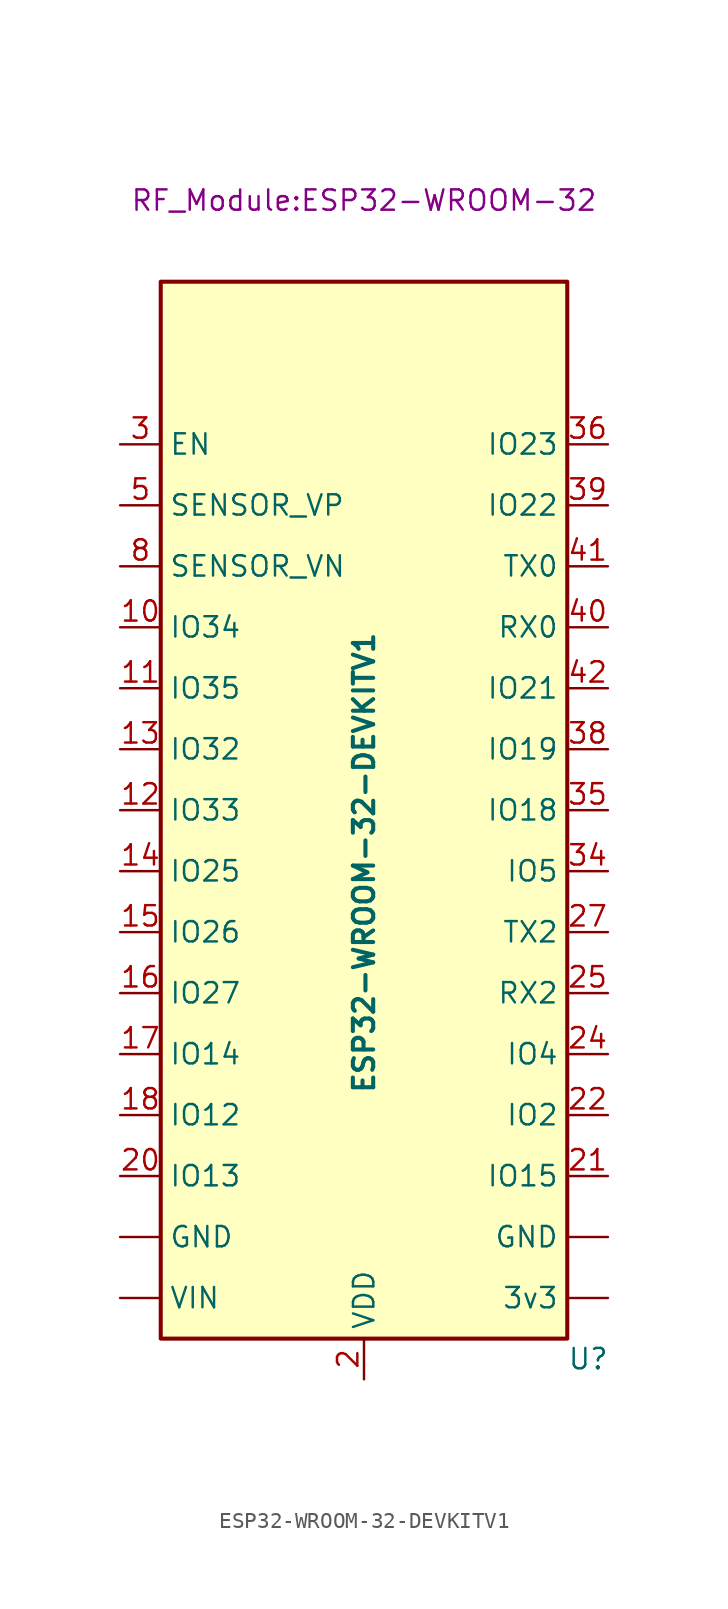
<source format=kicad_sym>
(kicad_symbol_lib
  (version 20211014)
  (generator kicad_symbol_editor)
  (symbol "ESP32-WROOM-32-DEVKITV1"
    (property "Reference" "U"
      (at 13.97 -29.21 0)
      (effects (font (size 1.27 1.27)) (justify left)))
    (property "Value" "ESP32-WROOM-32-DEVKITV1"
      (at 1.27 -12.7 90)
      (effects (font (size 1.27 1.27) bold) (justify left)))
    (property "Footprint" "RF_Module:ESP32-WROOM-32"
      (at 1.27 43.18 0)
      (effects (font (size 1.27 1.27))))
    (symbol "ESP32-WROOM-32-DEVKITV1_0_1"
      (rectangle (start 13.97 -27.94) (end -11.43 38.1) (stroke (width 0.254) (type default) (color 0 0 0 0)) (fill (type background))))
    (symbol "ESP32-WROOM-32-DEVKITV1_1_1"
      (pin power_out line (at 16.51 -25.4 180) (length 2.54) (name "3v3" (effects (font (size 1.27 1.27)))) (number "" (effects (font (size 1.27 1.27)))))
      (pin passive line (at -13.97 -21.59 0) (length 2.54) (name "GND" (effects (font (size 1.27 1.27)))) (number "" (effects (font (size 1.27 1.27)))))
      (pin passive line (at 16.51 -21.59 180) (length 2.54) (name "GND" (effects (font (size 1.27 1.27)))) (number "" (effects (font (size 1.27 1.27)))))
      (pin power_in line (at -13.97 -25.4 0) (length 2.54) (name "VIN" (effects (font (size 1.27 1.27)))) (number "" (effects (font (size 1.27 1.27)))))
      (pin input line (at -13.97 16.51 0) (length 2.54) (name "IO34" (effects (font (size 1.27 1.27)))) (number "10" (effects (font (size 1.27 1.27)))))
      (pin input line (at -13.97 12.7 0) (length 2.54) (name "IO35" (effects (font (size 1.27 1.27)))) (number "11" (effects (font (size 1.27 1.27)))))
      (pin bidirectional line (at -13.97 5.08 0) (length 2.54) (name "IO33" (effects (font (size 1.27 1.27)))) (number "12" (effects (font (size 1.27 1.27)))))
      (pin bidirectional line (at -13.97 8.89 0) (length 2.54) (name "IO32" (effects (font (size 1.27 1.27)))) (number "13" (effects (font (size 1.27 1.27)))))
      (pin bidirectional line (at -13.97 1.27 0) (length 2.54) (name "IO25" (effects (font (size 1.27 1.27)))) (number "14" (effects (font (size 1.27 1.27)))))
      (pin bidirectional line (at -13.97 -2.54 0) (length 2.54) (name "IO26" (effects (font (size 1.27 1.27)))) (number "15" (effects (font (size 1.27 1.27)))))
      (pin bidirectional line (at -13.97 -6.35 0) (length 2.54) (name "IO27" (effects (font (size 1.27 1.27)))) (number "16" (effects (font (size 1.27 1.27)))))
      (pin bidirectional line (at -13.97 -10.16 0) (length 2.54) (name "IO14" (effects (font (size 1.27 1.27)))) (number "17" (effects (font (size 1.27 1.27)))))
      (pin bidirectional line (at -13.97 -13.97 0) (length 2.54) (name "IO12" (effects (font (size 1.27 1.27)))) (number "18" (effects (font (size 1.27 1.27)))))
      (pin power_in line (at 1.27 -30.48 90) (length 2.54) (name "VDD" (effects (font (size 1.27 1.27)))) (number "2" (effects (font (size 1.27 1.27)))))
      (pin bidirectional line (at -13.97 -17.78 0) (length 2.54) (name "IO13" (effects (font (size 1.27 1.27)))) (number "20" (effects (font (size 1.27 1.27)))))
      (pin bidirectional line (at 16.51 -17.78 180) (length 2.54) (name "IO15" (effects (font (size 1.27 1.27)))) (number "21" (effects (font (size 1.27 1.27)))))
      (pin bidirectional line (at 16.51 -13.97 180) (length 2.54) (name "IO2" (effects (font (size 1.27 1.27)))) (number "22" (effects (font (size 1.27 1.27)))))
      (pin bidirectional line (at 16.51 -10.16 180) (length 2.54) (name "IO4" (effects (font (size 1.27 1.27)))) (number "24" (effects (font (size 1.27 1.27)))))
      (pin bidirectional line (at 16.51 -6.35 180) (length 2.54) (name "RX2" (effects (font (size 1.27 1.27)))) (number "25" (effects (font (size 1.27 1.27)))))
      (pin bidirectional line (at 16.51 -2.54 180) (length 2.54) (name "TX2" (effects (font (size 1.27 1.27)))) (number "27" (effects (font (size 1.27 1.27)))))
      (pin input line (at -13.97 27.94 0) (length 2.54) (name "EN" (effects (font (size 1.27 1.27)))) (number "3" (effects (font (size 1.27 1.27)))))
      (pin no_connect line (at 13.97 33.02 180) (length 2.54) hide (name "NC" (effects (font (size 1.27 1.27)))) (number "32" (effects (font (size 1.27 1.27)))))
      (pin bidirectional line (at 16.51 1.27 180) (length 2.54) (name "IO5" (effects (font (size 1.27 1.27)))) (number "34" (effects (font (size 1.27 1.27)))))
      (pin bidirectional line (at 16.51 5.08 180) (length 2.54) (name "IO18" (effects (font (size 1.27 1.27)))) (number "35" (effects (font (size 1.27 1.27)))))
      (pin bidirectional line (at 16.51 27.94 180) (length 2.54) (name "IO23" (effects (font (size 1.27 1.27)))) (number "36" (effects (font (size 1.27 1.27)))))
      (pin passive line (at 1.27 40.64 270) (length 2.54) hide (name "GND" (effects (font (size 1.27 1.27)))) (number "38" (effects (font (size 1.27 1.27)))))
      (pin bidirectional line (at 16.51 8.89 180) (length 2.54) (name "IO19" (effects (font (size 1.27 1.27)))) (number "38" (effects (font (size 1.27 1.27)))))
      (pin passive line (at 1.27 40.64 270) (length 2.54) hide (name "GND" (effects (font (size 1.27 1.27)))) (number "39" (effects (font (size 1.27 1.27)))))
      (pin bidirectional line (at 16.51 24.13 180) (length 2.54) (name "IO22" (effects (font (size 1.27 1.27)))) (number "39" (effects (font (size 1.27 1.27)))))
      (pin bidirectional line (at 16.51 16.51 180) (length 2.54) (name "RX0" (effects (font (size 1.27 1.27)))) (number "40" (effects (font (size 1.27 1.27)))))
      (pin bidirectional line (at 16.51 20.32 180) (length 2.54) (name "TX0" (effects (font (size 1.27 1.27)))) (number "41" (effects (font (size 1.27 1.27)))))
      (pin bidirectional line (at 16.51 12.7 180) (length 2.54) (name "IO21" (effects (font (size 1.27 1.27)))) (number "42" (effects (font (size 1.27 1.27)))))
      (pin input line (at -13.97 24.13 0) (length 2.54) (name "SENSOR_VP" (effects (font (size 1.27 1.27)))) (number "5" (effects (font (size 1.27 1.27)))))
      (pin input line (at -13.97 20.32 0) (length 2.54) (name "SENSOR_VN" (effects (font (size 1.27 1.27)))) (number "8" (effects (font (size 1.27 1.27))))))))
</source>
